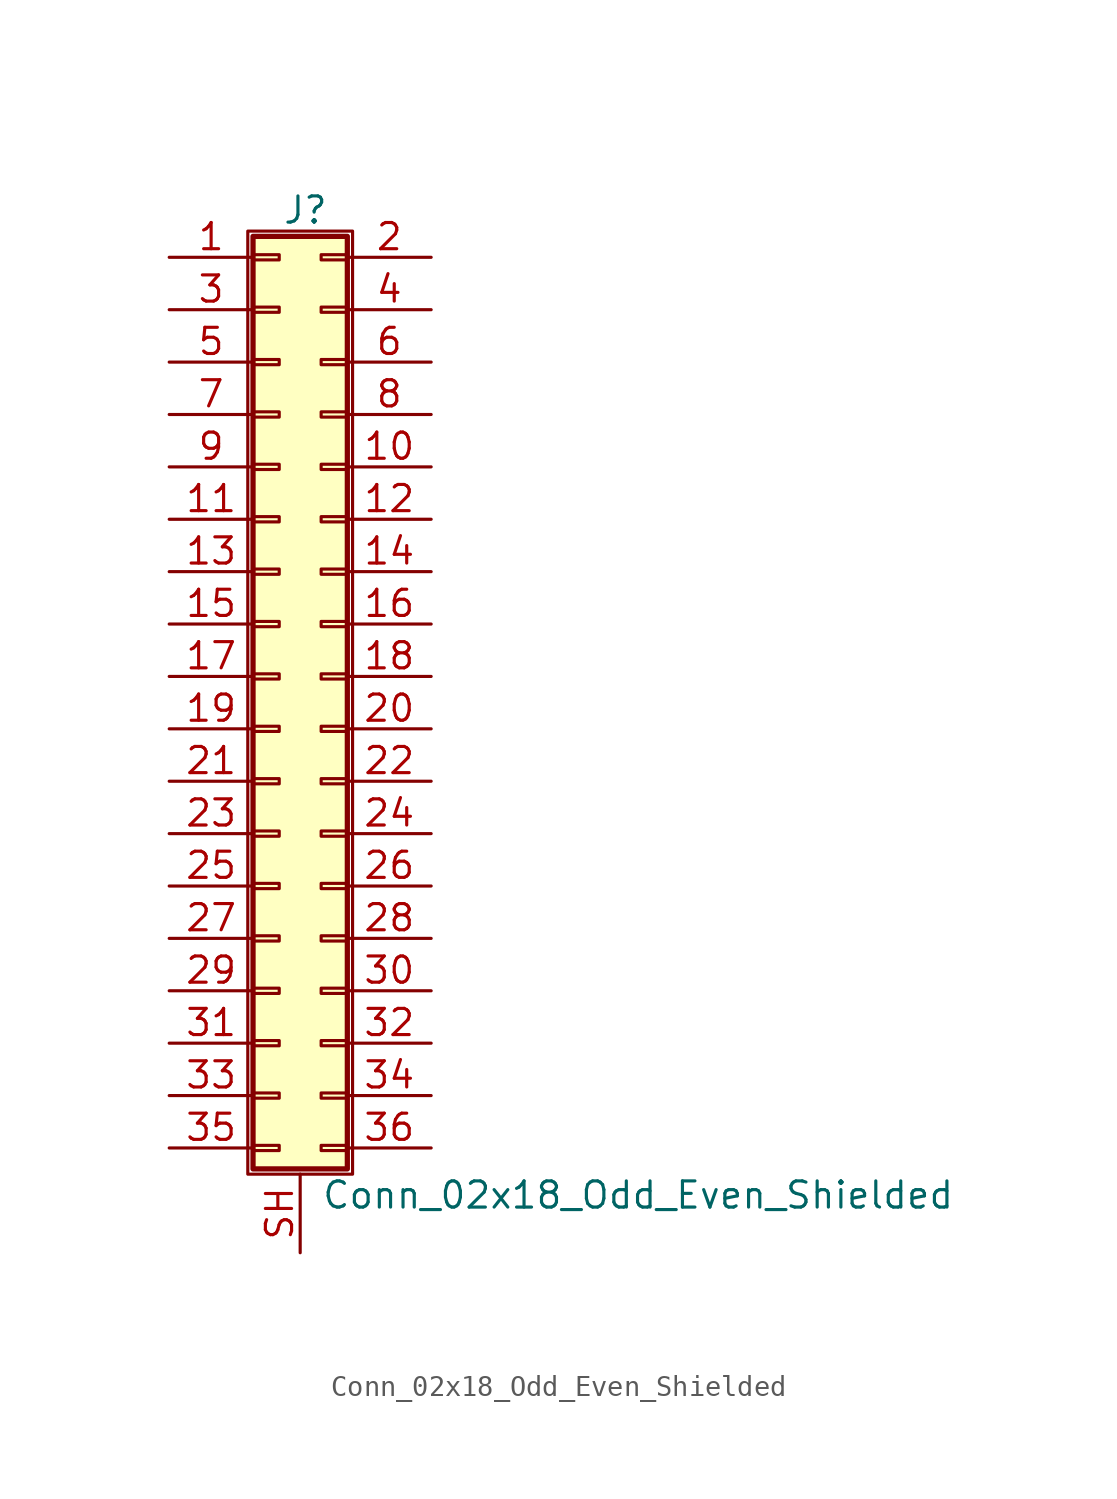
<source format=kicad_sym>
(kicad_symbol_lib
  (version 20220914)
  (generator kicad_symbol_editor)
  (symbol "Conn_02x18_Odd_Even_Shielded"
    (pin_names
      (offset 1.016) hide)
    (property "Reference" "J"
      (at 1.524 22.606 0)
      (effects (font (size 1.27 1.27))))
    (property "Value" "Conn_02x18_Odd_Even_Shielded"
      (at 2.286 -25.146 0)
      (effects (font (size 1.27 1.27)) (justify left)))
    (symbol "Conn_02x18_Odd_Even_Shielded_1_1"
      (rectangle (start -1.27 21.59) (end 3.81 -24.13) (stroke (width 0.152) (type default)) (fill (type none)))
      (rectangle (start -1.016 -22.733) (end 0.254 -22.987) (stroke (width 0.152) (type default)) (fill (type none)))
      (rectangle (start -1.016 -20.193) (end 0.254 -20.447) (stroke (width 0.152) (type default)) (fill (type none)))
      (rectangle (start -1.016 -17.653) (end 0.254 -17.907) (stroke (width 0.152) (type default)) (fill (type none)))
      (rectangle (start -1.016 -15.113) (end 0.254 -15.367) (stroke (width 0.152) (type default)) (fill (type none)))
      (rectangle (start -1.016 -12.573) (end 0.254 -12.827) (stroke (width 0.152) (type default)) (fill (type none)))
      (rectangle (start -1.016 -10.033) (end 0.254 -10.287) (stroke (width 0.152) (type default)) (fill (type none)))
      (rectangle (start -1.016 -7.493) (end 0.254 -7.747) (stroke (width 0.152) (type default)) (fill (type none)))
      (rectangle (start -1.016 -4.953) (end 0.254 -5.207) (stroke (width 0.152) (type default)) (fill (type none)))
      (rectangle (start -1.016 -2.413) (end 0.254 -2.667) (stroke (width 0.152) (type default)) (fill (type none)))
      (rectangle (start -1.016 0.127) (end 0.254 -0.127) (stroke (width 0.152) (type default)) (fill (type none)))
      (rectangle (start -1.016 2.667) (end 0.254 2.413) (stroke (width 0.152) (type default)) (fill (type none)))
      (rectangle (start -1.016 5.207) (end 0.254 4.953) (stroke (width 0.152) (type default)) (fill (type none)))
      (rectangle (start -1.016 7.747) (end 0.254 7.493) (stroke (width 0.152) (type default)) (fill (type none)))
      (rectangle (start -1.016 10.287) (end 0.254 10.033) (stroke (width 0.152) (type default)) (fill (type none)))
      (rectangle (start -1.016 12.827) (end 0.254 12.573) (stroke (width 0.152) (type default)) (fill (type none)))
      (rectangle (start -1.016 15.367) (end 0.254 15.113) (stroke (width 0.152) (type default)) (fill (type none)))
      (rectangle (start -1.016 17.907) (end 0.254 17.653) (stroke (width 0.152) (type default)) (fill (type none)))
      (rectangle (start -1.016 20.447) (end 0.254 20.193) (stroke (width 0.152) (type default)) (fill (type none)))
      (rectangle (start -1.016 21.336) (end 3.556 -23.876) (stroke (width 0.254) (type default)) (fill (type background)))
      (rectangle (start 3.556 -22.733) (end 2.286 -22.987) (stroke (width 0.152) (type default)) (fill (type none)))
      (rectangle (start 3.556 -20.193) (end 2.286 -20.447) (stroke (width 0.152) (type default)) (fill (type none)))
      (rectangle (start 3.556 -17.653) (end 2.286 -17.907) (stroke (width 0.152) (type default)) (fill (type none)))
      (rectangle (start 3.556 -15.113) (end 2.286 -15.367) (stroke (width 0.152) (type default)) (fill (type none)))
      (rectangle (start 3.556 -12.573) (end 2.286 -12.827) (stroke (width 0.152) (type default)) (fill (type none)))
      (rectangle (start 3.556 -10.033) (end 2.286 -10.287) (stroke (width 0.152) (type default)) (fill (type none)))
      (rectangle (start 3.556 -7.493) (end 2.286 -7.747) (stroke (width 0.152) (type default)) (fill (type none)))
      (rectangle (start 3.556 -4.953) (end 2.286 -5.207) (stroke (width 0.152) (type default)) (fill (type none)))
      (rectangle (start 3.556 -2.413) (end 2.286 -2.667) (stroke (width 0.152) (type default)) (fill (type none)))
      (rectangle (start 3.556 0.127) (end 2.286 -0.127) (stroke (width 0.152) (type default)) (fill (type none)))
      (rectangle (start 3.556 2.667) (end 2.286 2.413) (stroke (width 0.152) (type default)) (fill (type none)))
      (rectangle (start 3.556 5.207) (end 2.286 4.953) (stroke (width 0.152) (type default)) (fill (type none)))
      (rectangle (start 3.556 7.747) (end 2.286 7.493) (stroke (width 0.152) (type default)) (fill (type none)))
      (rectangle (start 3.556 10.287) (end 2.286 10.033) (stroke (width 0.152) (type default)) (fill (type none)))
      (rectangle (start 3.556 12.827) (end 2.286 12.573) (stroke (width 0.152) (type default)) (fill (type none)))
      (rectangle (start 3.556 15.367) (end 2.286 15.113) (stroke (width 0.152) (type default)) (fill (type none)))
      (rectangle (start 3.556 17.907) (end 2.286 17.653) (stroke (width 0.152) (type default)) (fill (type none)))
      (rectangle (start 3.556 20.447) (end 2.286 20.193) (stroke (width 0.152) (type default)) (fill (type none)))
      (pin passive line (at -5.08 20.32 0) (length 4.064) (name "Pin_1" (effects (font (size 1.27 1.27)))) (number "1" (effects (font (size 1.27 1.27)))))
      (pin passive line (at 7.62 10.16 180) (length 4.064) (name "Pin_10" (effects (font (size 1.27 1.27)))) (number "10" (effects (font (size 1.27 1.27)))))
      (pin passive line (at -5.08 7.62 0) (length 4.064) (name "Pin_11" (effects (font (size 1.27 1.27)))) (number "11" (effects (font (size 1.27 1.27)))))
      (pin passive line (at 7.62 7.62 180) (length 4.064) (name "Pin_12" (effects (font (size 1.27 1.27)))) (number "12" (effects (font (size 1.27 1.27)))))
      (pin passive line (at -5.08 5.08 0) (length 4.064) (name "Pin_13" (effects (font (size 1.27 1.27)))) (number "13" (effects (font (size 1.27 1.27)))))
      (pin passive line (at 7.62 5.08 180) (length 4.064) (name "Pin_14" (effects (font (size 1.27 1.27)))) (number "14" (effects (font (size 1.27 1.27)))))
      (pin passive line (at -5.08 2.54 0) (length 4.064) (name "Pin_15" (effects (font (size 1.27 1.27)))) (number "15" (effects (font (size 1.27 1.27)))))
      (pin passive line (at 7.62 2.54 180) (length 4.064) (name "Pin_16" (effects (font (size 1.27 1.27)))) (number "16" (effects (font (size 1.27 1.27)))))
      (pin passive line (at -5.08 0 0) (length 4.064) (name "Pin_17" (effects (font (size 1.27 1.27)))) (number "17" (effects (font (size 1.27 1.27)))))
      (pin passive line (at 7.62 0 180) (length 4.064) (name "Pin_18" (effects (font (size 1.27 1.27)))) (number "18" (effects (font (size 1.27 1.27)))))
      (pin passive line (at -5.08 -2.54 0) (length 4.064) (name "Pin_19" (effects (font (size 1.27 1.27)))) (number "19" (effects (font (size 1.27 1.27)))))
      (pin passive line (at 7.62 20.32 180) (length 4.064) (name "Pin_2" (effects (font (size 1.27 1.27)))) (number "2" (effects (font (size 1.27 1.27)))))
      (pin passive line (at 7.62 -2.54 180) (length 4.064) (name "Pin_20" (effects (font (size 1.27 1.27)))) (number "20" (effects (font (size 1.27 1.27)))))
      (pin passive line (at -5.08 -5.08 0) (length 4.064) (name "Pin_21" (effects (font (size 1.27 1.27)))) (number "21" (effects (font (size 1.27 1.27)))))
      (pin passive line (at 7.62 -5.08 180) (length 4.064) (name "Pin_22" (effects (font (size 1.27 1.27)))) (number "22" (effects (font (size 1.27 1.27)))))
      (pin passive line (at -5.08 -7.62 0) (length 4.064) (name "Pin_23" (effects (font (size 1.27 1.27)))) (number "23" (effects (font (size 1.27 1.27)))))
      (pin passive line (at 7.62 -7.62 180) (length 4.064) (name "Pin_24" (effects (font (size 1.27 1.27)))) (number "24" (effects (font (size 1.27 1.27)))))
      (pin passive line (at -5.08 -10.16 0) (length 4.064) (name "Pin_25" (effects (font (size 1.27 1.27)))) (number "25" (effects (font (size 1.27 1.27)))))
      (pin passive line (at 7.62 -10.16 180) (length 4.064) (name "Pin_26" (effects (font (size 1.27 1.27)))) (number "26" (effects (font (size 1.27 1.27)))))
      (pin passive line (at -5.08 -12.7 0) (length 4.064) (name "Pin_27" (effects (font (size 1.27 1.27)))) (number "27" (effects (font (size 1.27 1.27)))))
      (pin passive line (at 7.62 -12.7 180) (length 4.064) (name "Pin_28" (effects (font (size 1.27 1.27)))) (number "28" (effects (font (size 1.27 1.27)))))
      (pin passive line (at -5.08 -15.24 0) (length 4.064) (name "Pin_29" (effects (font (size 1.27 1.27)))) (number "29" (effects (font (size 1.27 1.27)))))
      (pin passive line (at -5.08 17.78 0) (length 4.064) (name "Pin_3" (effects (font (size 1.27 1.27)))) (number "3" (effects (font (size 1.27 1.27)))))
      (pin passive line (at 7.62 -15.24 180) (length 4.064) (name "Pin_30" (effects (font (size 1.27 1.27)))) (number "30" (effects (font (size 1.27 1.27)))))
      (pin passive line (at -5.08 -17.78 0) (length 4.064) (name "Pin_31" (effects (font (size 1.27 1.27)))) (number "31" (effects (font (size 1.27 1.27)))))
      (pin passive line (at 7.62 -17.78 180) (length 4.064) (name "Pin_32" (effects (font (size 1.27 1.27)))) (number "32" (effects (font (size 1.27 1.27)))))
      (pin passive line (at -5.08 -20.32 0) (length 4.064) (name "Pin_33" (effects (font (size 1.27 1.27)))) (number "33" (effects (font (size 1.27 1.27)))))
      (pin passive line (at 7.62 -20.32 180) (length 4.064) (name "Pin_34" (effects (font (size 1.27 1.27)))) (number "34" (effects (font (size 1.27 1.27)))))
      (pin passive line (at -5.08 -22.86 0) (length 4.064) (name "Pin_35" (effects (font (size 1.27 1.27)))) (number "35" (effects (font (size 1.27 1.27)))))
      (pin passive line (at 7.62 -22.86 180) (length 4.064) (name "Pin_36" (effects (font (size 1.27 1.27)))) (number "36" (effects (font (size 1.27 1.27)))))
      (pin passive line (at 7.62 17.78 180) (length 4.064) (name "Pin_4" (effects (font (size 1.27 1.27)))) (number "4" (effects (font (size 1.27 1.27)))))
      (pin passive line (at -5.08 15.24 0) (length 4.064) (name "Pin_5" (effects (font (size 1.27 1.27)))) (number "5" (effects (font (size 1.27 1.27)))))
      (pin passive line (at 7.62 15.24 180) (length 4.064) (name "Pin_6" (effects (font (size 1.27 1.27)))) (number "6" (effects (font (size 1.27 1.27)))))
      (pin passive line (at -5.08 12.7 0) (length 4.064) (name "Pin_7" (effects (font (size 1.27 1.27)))) (number "7" (effects (font (size 1.27 1.27)))))
      (pin passive line (at 7.62 12.7 180) (length 4.064) (name "Pin_8" (effects (font (size 1.27 1.27)))) (number "8" (effects (font (size 1.27 1.27)))))
      (pin passive line (at -5.08 10.16 0) (length 4.064) (name "Pin_9" (effects (font (size 1.27 1.27)))) (number "9" (effects (font (size 1.27 1.27)))))
      (pin passive line (at 1.27 -27.94 90) (length 3.81) (name "Shield" (effects (font (size 1.27 1.27)))) (number "SH" (effects (font (size 1.27 1.27))))))))
</source>
